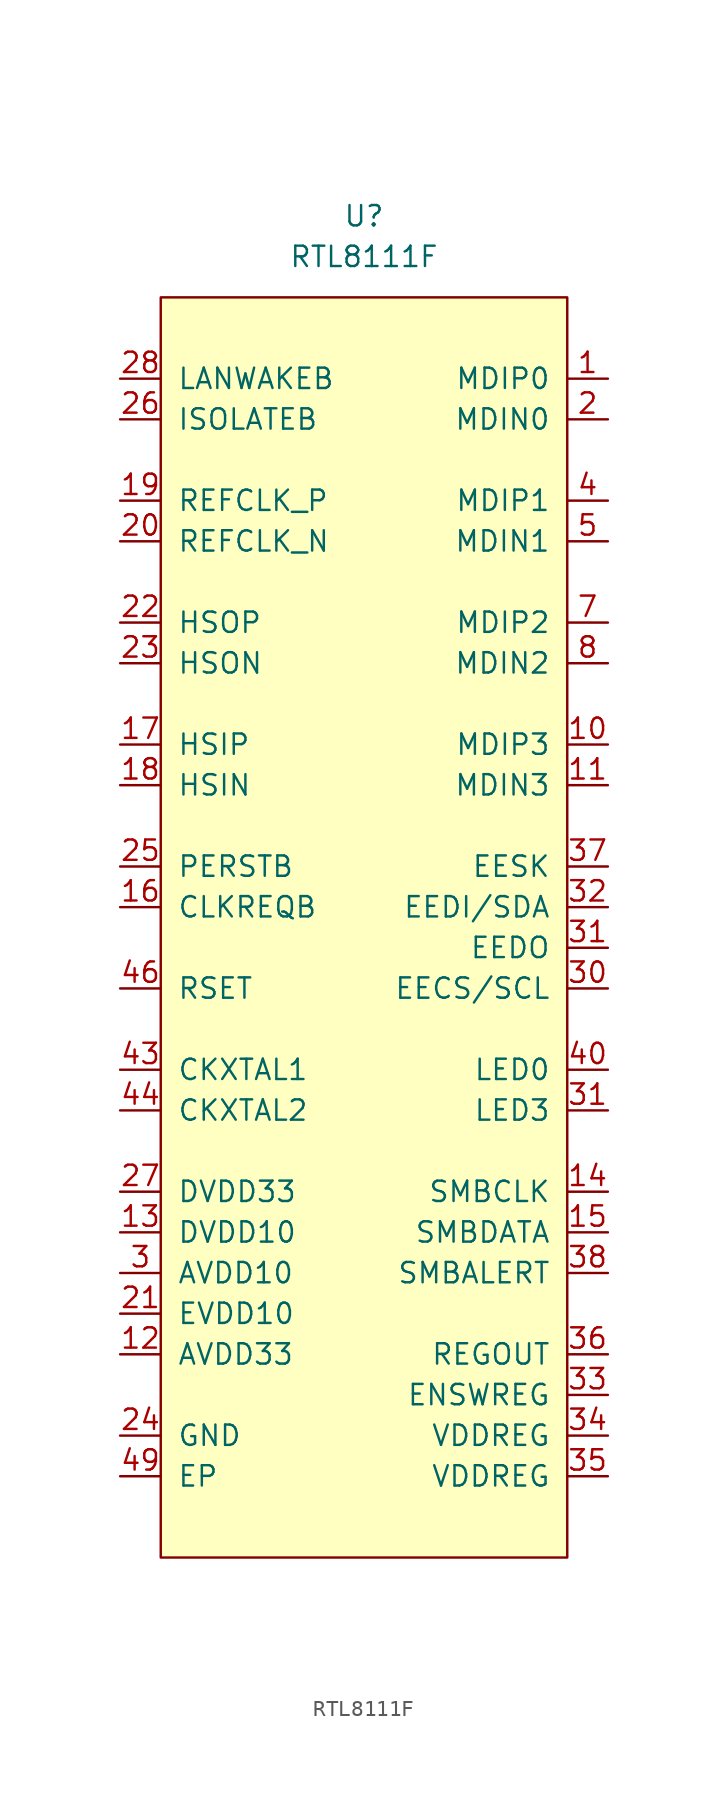
<source format=kicad_sym>
(kicad_symbol_lib
  (version 20231120)
  (generator "kicad_symbol_editor")
  (generator_version "8.0")
  (symbol "RTL8111F"
    (pin_names
      (offset 1.016))
    (property "Reference" "U"
      (at 0 0 0)
      (effects (font (size 1.27 1.27))))
    (property "Value" "RTL8111F"
      (at 0 -2.54 0)
      (effects (font (size 1.27 1.27))))
    (symbol "RTL8111F_0_1"
      (rectangle (start -12.7 -5.08) (end 12.7 -83.82) (stroke (width 0) (type default)) (fill (type background))))
    (symbol "RTL8111F_1_1"
      (pin bidirectional line (at 15.24 -10.16 180) (length 2.54) (name "MDIP0" (effects (font (size 1.27 1.27)))) (number "1" (effects (font (size 1.27 1.27)))))
      (pin bidirectional line (at 15.24 -33.02 180) (length 2.54) (name "MDIP3" (effects (font (size 1.27 1.27)))) (number "10" (effects (font (size 1.27 1.27)))))
      (pin bidirectional line (at 15.24 -35.56 180) (length 2.54) (name "MDIN3" (effects (font (size 1.27 1.27)))) (number "11" (effects (font (size 1.27 1.27)))))
      (pin power_in line (at -15.24 -71.12 0) (length 2.54) (name "AVDD33" (effects (font (size 1.27 1.27)))) (number "12" (effects (font (size 1.27 1.27)))))
      (pin power_in line (at -15.24 -63.5 0) (length 2.54) (name "DVDD10" (effects (font (size 1.27 1.27)))) (number "13" (effects (font (size 1.27 1.27)))))
      (pin open_collector line (at 15.24 -60.96 180) (length 2.54) (name "SMBCLK" (effects (font (size 1.27 1.27)))) (number "14" (effects (font (size 1.27 1.27)))))
      (pin open_collector line (at 15.24 -63.5 180) (length 2.54) (name "SMBDATA" (effects (font (size 1.27 1.27)))) (number "15" (effects (font (size 1.27 1.27)))))
      (pin open_collector line (at -15.24 -43.18 0) (length 2.54) (name "CLKREQB" (effects (font (size 1.27 1.27)))) (number "16" (effects (font (size 1.27 1.27)))))
      (pin input line (at -15.24 -33.02 0) (length 2.54) (name "HSIP" (effects (font (size 1.27 1.27)))) (number "17" (effects (font (size 1.27 1.27)))))
      (pin input line (at -15.24 -35.56 0) (length 2.54) (name "HSIN" (effects (font (size 1.27 1.27)))) (number "18" (effects (font (size 1.27 1.27)))))
      (pin input line (at -15.24 -17.78 0) (length 2.54) (name "REFCLK_P" (effects (font (size 1.27 1.27)))) (number "19" (effects (font (size 1.27 1.27)))))
      (pin bidirectional line (at 15.24 -12.7 180) (length 2.54) (name "MDIN0" (effects (font (size 1.27 1.27)))) (number "2" (effects (font (size 1.27 1.27)))))
      (pin input line (at -15.24 -20.32 0) (length 2.54) (name "REFCLK_N" (effects (font (size 1.27 1.27)))) (number "20" (effects (font (size 1.27 1.27)))))
      (pin power_in line (at -15.24 -68.58 0) (length 2.54) (name "EVDD10" (effects (font (size 1.27 1.27)))) (number "21" (effects (font (size 1.27 1.27)))))
      (pin output line (at -15.24 -25.4 0) (length 2.54) (name "HSOP" (effects (font (size 1.27 1.27)))) (number "22" (effects (font (size 1.27 1.27)))))
      (pin output line (at -15.24 -27.94 0) (length 2.54) (name "HSON" (effects (font (size 1.27 1.27)))) (number "23" (effects (font (size 1.27 1.27)))))
      (pin power_in line (at -15.24 -76.2 0) (length 2.54) (name "GND" (effects (font (size 1.27 1.27)))) (number "24" (effects (font (size 1.27 1.27)))))
      (pin input line (at -15.24 -40.64 0) (length 2.54) (name "PERSTB" (effects (font (size 1.27 1.27)))) (number "25" (effects (font (size 1.27 1.27)))))
      (pin input line (at -15.24 -12.7 0) (length 2.54) (name "ISOLATEB" (effects (font (size 1.27 1.27)))) (number "26" (effects (font (size 1.27 1.27)))))
      (pin power_in line (at -15.24 -60.96 0) (length 2.54) (name "DVDD33" (effects (font (size 1.27 1.27)))) (number "27" (effects (font (size 1.27 1.27)))))
      (pin open_collector line (at -15.24 -10.16 0) (length 2.54) (name "LANWAKEB" (effects (font (size 1.27 1.27)))) (number "28" (effects (font (size 1.27 1.27)))))
      (pin power_in line (at -15.24 -63.5 0) (length 2.54) hide (name "DVDD10" (effects (font (size 1.27 1.27)))) (number "29" (effects (font (size 1.27 1.27)))))
      (pin power_in line (at -15.24 -66.04 0) (length 2.54) (name "AVDD10" (effects (font (size 1.27 1.27)))) (number "3" (effects (font (size 1.27 1.27)))))
      (pin output line (at 15.24 -48.26 180) (length 2.54) (name "EECS/SCL" (effects (font (size 1.27 1.27)))) (number "30" (effects (font (size 1.27 1.27)))))
      (pin input line (at 15.24 -45.72 180) (length 2.54) (name "EEDO" (effects (font (size 1.27 1.27)))) (number "31" (effects (font (size 1.27 1.27)))))
      (pin output line (at 15.24 -55.88 180) (length 2.54) (name "LED3" (effects (font (size 1.27 1.27)))) (number "31" (effects (font (size 1.27 1.27)))))
      (pin bidirectional line (at 15.24 -43.18 180) (length 2.54) (name "EEDI/SDA" (effects (font (size 1.27 1.27)))) (number "32" (effects (font (size 1.27 1.27)))))
      (pin input line (at 15.24 -73.66 180) (length 2.54) (name "ENSWREG" (effects (font (size 1.27 1.27)))) (number "33" (effects (font (size 1.27 1.27)))))
      (pin power_in line (at 15.24 -76.2 180) (length 2.54) (name "VDDREG" (effects (font (size 1.27 1.27)))) (number "34" (effects (font (size 1.27 1.27)))))
      (pin power_in line (at 15.24 -78.74 180) (length 2.54) (name "VDDREG" (effects (font (size 1.27 1.27)))) (number "35" (effects (font (size 1.27 1.27)))))
      (pin output line (at 15.24 -71.12 180) (length 2.54) (name "REGOUT" (effects (font (size 1.27 1.27)))) (number "36" (effects (font (size 1.27 1.27)))))
      (pin output line (at 15.24 -40.64 180) (length 2.54) (name "EESK" (effects (font (size 1.27 1.27)))) (number "37" (effects (font (size 1.27 1.27)))))
      (pin open_collector line (at 15.24 -66.04 180) (length 2.54) (name "SMBALERT" (effects (font (size 1.27 1.27)))) (number "38" (effects (font (size 1.27 1.27)))))
      (pin power_in line (at -15.24 -60.96 0) (length 2.54) hide (name "DVDD33" (effects (font (size 1.27 1.27)))) (number "39" (effects (font (size 1.27 1.27)))))
      (pin bidirectional line (at 15.24 -17.78 180) (length 2.54) (name "MDIP1" (effects (font (size 1.27 1.27)))) (number "4" (effects (font (size 1.27 1.27)))))
      (pin output line (at 15.24 -53.34 180) (length 2.54) (name "LED0" (effects (font (size 1.27 1.27)))) (number "40" (effects (font (size 1.27 1.27)))))
      (pin power_in line (at -15.24 -63.5 0) (length 2.54) hide (name "DVDD10" (effects (font (size 1.27 1.27)))) (number "41" (effects (font (size 1.27 1.27)))))
      (pin power_in line (at -15.24 -71.12 0) (length 2.54) hide (name "AVDD33" (effects (font (size 1.27 1.27)))) (number "42" (effects (font (size 1.27 1.27)))))
      (pin input line (at -15.24 -53.34 0) (length 2.54) (name "CKXTAL1" (effects (font (size 1.27 1.27)))) (number "43" (effects (font (size 1.27 1.27)))))
      (pin output line (at -15.24 -55.88 0) (length 2.54) (name "CKXTAL2" (effects (font (size 1.27 1.27)))) (number "44" (effects (font (size 1.27 1.27)))))
      (pin power_in line (at -15.24 -66.04 0) (length 2.54) hide (name "AVDD10" (effects (font (size 1.27 1.27)))) (number "45" (effects (font (size 1.27 1.27)))))
      (pin input line (at -15.24 -48.26 0) (length 2.54) (name "RSET" (effects (font (size 1.27 1.27)))) (number "46" (effects (font (size 1.27 1.27)))))
      (pin power_in line (at -15.24 -71.12 0) (length 2.54) hide (name "AVDD33" (effects (font (size 1.27 1.27)))) (number "47" (effects (font (size 1.27 1.27)))))
      (pin power_in line (at -15.24 -71.12 0) (length 2.54) hide (name "AVDD33" (effects (font (size 1.27 1.27)))) (number "48" (effects (font (size 1.27 1.27)))))
      (pin power_in line (at -15.24 -78.74 0) (length 2.54) (name "EP" (effects (font (size 1.27 1.27)))) (number "49" (effects (font (size 1.27 1.27)))))
      (pin bidirectional line (at 15.24 -20.32 180) (length 2.54) (name "MDIN1" (effects (font (size 1.27 1.27)))) (number "5" (effects (font (size 1.27 1.27)))))
      (pin power_in line (at -15.24 -66.04 0) (length 2.54) hide (name "AVDD10" (effects (font (size 1.27 1.27)))) (number "6" (effects (font (size 1.27 1.27)))))
      (pin bidirectional line (at 15.24 -25.4 180) (length 2.54) (name "MDIP2" (effects (font (size 1.27 1.27)))) (number "7" (effects (font (size 1.27 1.27)))))
      (pin bidirectional line (at 15.24 -27.94 180) (length 2.54) (name "MDIN2" (effects (font (size 1.27 1.27)))) (number "8" (effects (font (size 1.27 1.27)))))
      (pin power_in line (at -15.24 -66.04 0) (length 2.54) hide (name "AVDD10" (effects (font (size 1.27 1.27)))) (number "9" (effects (font (size 1.27 1.27))))))))
</source>
